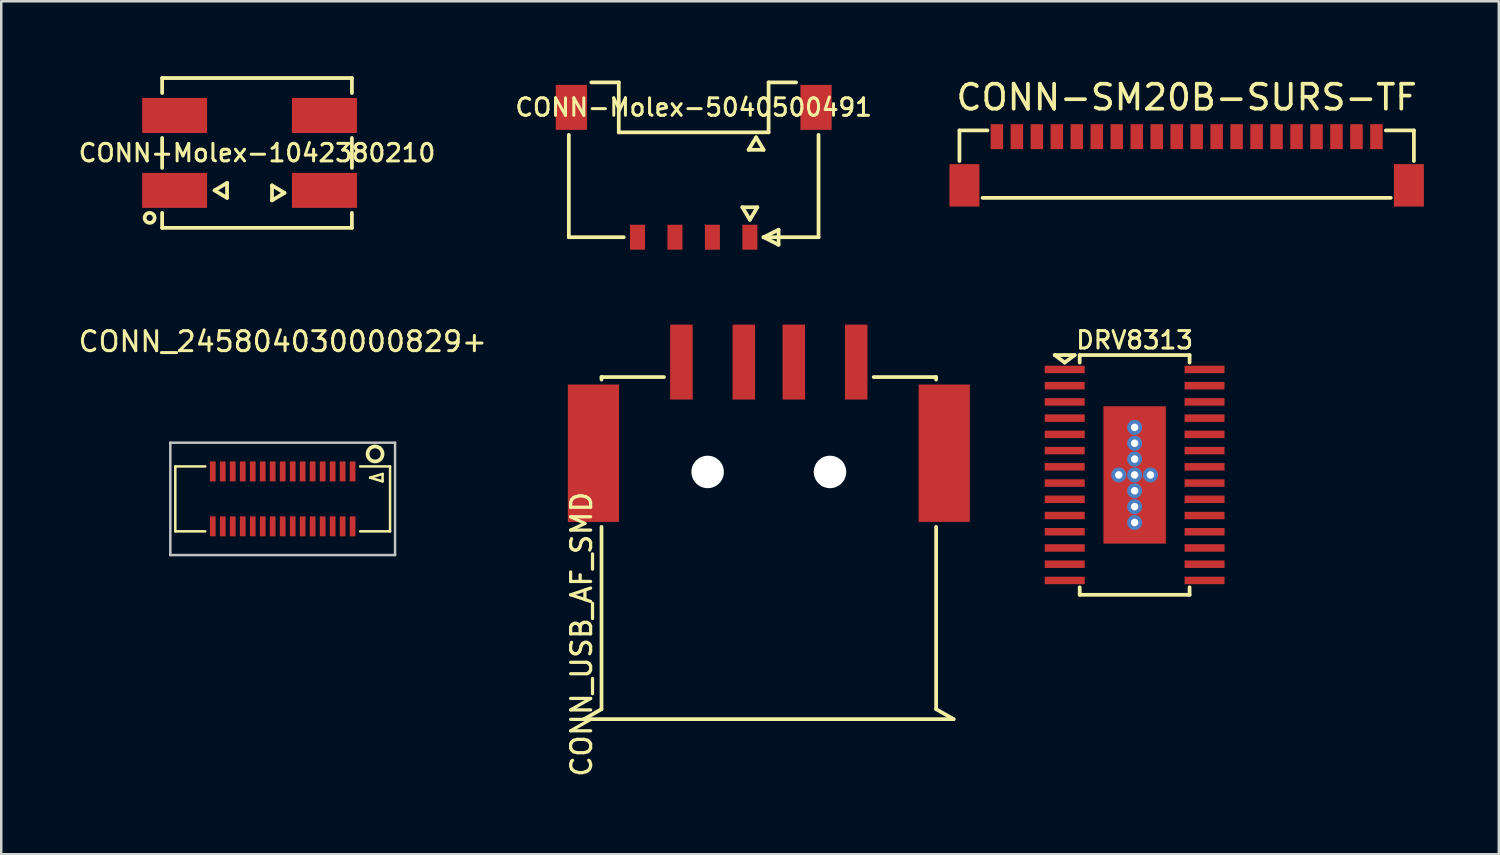
<source format=kicad_pcb>
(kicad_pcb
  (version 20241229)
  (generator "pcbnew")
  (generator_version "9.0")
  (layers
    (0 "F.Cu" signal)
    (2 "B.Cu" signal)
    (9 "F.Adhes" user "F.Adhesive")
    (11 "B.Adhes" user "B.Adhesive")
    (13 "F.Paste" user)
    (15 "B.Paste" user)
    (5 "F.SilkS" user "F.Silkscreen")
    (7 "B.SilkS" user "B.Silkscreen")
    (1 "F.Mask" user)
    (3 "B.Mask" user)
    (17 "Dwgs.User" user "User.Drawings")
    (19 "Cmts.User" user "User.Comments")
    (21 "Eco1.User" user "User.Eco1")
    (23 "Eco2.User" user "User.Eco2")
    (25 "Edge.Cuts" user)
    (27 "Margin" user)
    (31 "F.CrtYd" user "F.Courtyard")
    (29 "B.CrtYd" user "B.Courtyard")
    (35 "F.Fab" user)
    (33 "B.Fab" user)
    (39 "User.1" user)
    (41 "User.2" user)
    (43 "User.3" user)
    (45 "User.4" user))
  (footprint "CONN_245804030000829+"
    (layer "F.Cu")
    (at 8.271 16.929)
    (property "Reference" "CONN_245804030000829+" (at 0 -6.3 0) (layer "F.SilkS") (effects (font (size 0.8 0.8) (thickness 0.12))))
    (attr through_hole)
    (fp_line (start -4.3 -1.3) (end -3.1 -1.3) (stroke (width 0.1) (type solid)) (layer "F.SilkS"))
    (fp_line (start -4.3 1.3) (end -4.3 -1.3) (stroke (width 0.1) (type solid)) (layer "F.SilkS"))
    (fp_line (start -3.1 1.3) (end -4.3 1.3) (stroke (width 0.1) (type solid)) (layer "F.SilkS"))
    (fp_line (start 3.1 -1.3) (end 4.3 -1.3) (stroke (width 0.1) (type solid)) (layer "F.SilkS"))
    (fp_line (start 3.5 -0.85) (end 4 -1) (stroke (width 0.1) (type solid)) (layer "F.SilkS"))
    (fp_line (start 4 -1) (end 4 -0.7) (stroke (width 0.1) (type solid)) (layer "F.SilkS"))
    (fp_line (start 4 -0.7) (end 3.5 -0.85) (stroke (width 0.1) (type solid)) (layer "F.SilkS"))
    (fp_line (start 4.3 -1.3) (end 4.3 1.3) (stroke (width 0.1) (type solid)) (layer "F.SilkS"))
    (fp_line (start 4.3 1.3) (end 3.1 1.3) (stroke (width 0.1) (type solid)) (layer "F.SilkS"))
    (fp_circle (center 3.7 -1.8) (end 3.7 -1.5) (stroke (width 0.15) (type solid)) (fill no) (layer "F.SilkS"))
    (fp_line (start -4.5 -2.25) (end -4.5 2.25) (stroke (width 0.1) (type solid)) (layer "Dwgs.User"))
    (fp_line (start -4.5 2.25) (end 4.5 2.25) (stroke (width 0.1) (type solid)) (layer "Dwgs.User"))
    (fp_line (start 4.5 -2.25) (end -4.5 -2.25) (stroke (width 0.1) (type solid)) (layer "Dwgs.User"))
    (fp_line (start 4.5 2.25) (end 4.5 -2.25) (stroke (width 0.1) (type solid)) (layer "Dwgs.User"))
    (pad "1" smd rect (at 2.8 -1.1) (size 0.23 0.8) (layers "F.Cu" "F.Mask" "F.Paste"))
    (pad "2" smd rect (at 2.4 -1.1) (size 0.23 0.8) (layers "F.Cu" "F.Mask" "F.Paste"))
    (pad "3" smd rect (at 2 -1.1) (size 0.23 0.8) (layers "F.Cu" "F.Mask" "F.Paste"))
    (pad "4" smd rect (at 1.6 -1.1) (size 0.23 0.8) (layers "F.Cu" "F.Mask" "F.Paste"))
    (pad "5" smd rect (at 1.2 -1.1) (size 0.23 0.8) (layers "F.Cu" "F.Mask" "F.Paste"))
    (pad "6" smd rect (at 0.8 -1.1) (size 0.23 0.8) (layers "F.Cu" "F.Mask" "F.Paste"))
    (pad "7" smd rect (at 0.4 -1.1) (size 0.23 0.8) (layers "F.Cu" "F.Mask" "F.Paste"))
    (pad "8" smd rect (at 0 -1.1) (size 0.23 0.8) (layers "F.Cu" "F.Mask" "F.Paste"))
    (pad "9" smd rect (at -0.4 -1.1) (size 0.23 0.8) (layers "F.Cu" "F.Mask" "F.Paste"))
    (pad "10" smd rect (at -0.8 -1.1) (size 0.23 0.8) (layers "F.Cu" "F.Mask" "F.Paste"))
    (pad "11" smd rect (at -1.2 -1.1) (size 0.23 0.8) (layers "F.Cu" "F.Mask" "F.Paste"))
    (pad "12" smd rect (at -1.6 -1.1) (size 0.23 0.8) (layers "F.Cu" "F.Mask" "F.Paste"))
    (pad "13" smd rect (at -2 -1.1) (size 0.23 0.8) (layers "F.Cu" "F.Mask" "F.Paste"))
    (pad "14" smd rect (at -2.4 -1.1) (size 0.23 0.8) (layers "F.Cu" "F.Mask" "F.Paste"))
    (pad "15" smd rect (at -2.8 -1.1) (size 0.23 0.8) (layers "F.Cu" "F.Mask" "F.Paste"))
    (pad "16" smd rect (at -2.8 1.1) (size 0.23 0.8) (layers "F.Cu" "F.Mask" "F.Paste"))
    (pad "17" smd rect (at -2.4 1.1) (size 0.23 0.8) (layers "F.Cu" "F.Mask" "F.Paste"))
    (pad "18" smd rect (at -2 1.1) (size 0.23 0.8) (layers "F.Cu" "F.Mask" "F.Paste"))
    (pad "19" smd rect (at -1.6 1.1) (size 0.23 0.8) (layers "F.Cu" "F.Mask" "F.Paste"))
    (pad "20" smd rect (at -1.2 1.1) (size 0.23 0.8) (layers "F.Cu" "F.Mask" "F.Paste"))
    (pad "21" smd rect (at -0.8 1.1) (size 0.23 0.8) (layers "F.Cu" "F.Mask" "F.Paste"))
    (pad "22" smd rect (at -0.4 1.1) (size 0.23 0.8) (layers "F.Cu" "F.Mask" "F.Paste"))
    (pad "23" smd rect (at 0 1.1) (size 0.23 0.8) (layers "F.Cu" "F.Mask" "F.Paste"))
    (pad "24" smd rect (at 0.4 1.1) (size 0.23 0.8) (layers "F.Cu" "F.Mask" "F.Paste"))
    (pad "25" smd rect (at 0.8 1.1) (size 0.23 0.8) (layers "F.Cu" "F.Mask" "F.Paste"))
    (pad "26" smd rect (at 1.2 1.1) (size 0.23 0.8) (layers "F.Cu" "F.Mask" "F.Paste"))
    (pad "27" smd rect (at 1.6 1.1) (size 0.23 0.8) (layers "F.Cu" "F.Mask" "F.Paste"))
    (pad "28" smd rect (at 2 1.1) (size 0.23 0.8) (layers "F.Cu" "F.Mask" "F.Paste"))
    (pad "29" smd rect (at 2.4 1.1) (size 0.23 0.8) (layers "F.Cu" "F.Mask" "F.Paste"))
    (pad "30" smd rect (at 2.8 1.1) (size 0.23 0.8) (layers "F.Cu" "F.Mask" "F.Paste")))
  (footprint "DRV8313"
    (layer "F.Cu")
    (at 42.389 15.97)
    (property "Reference" "DRV8313" (at 0 -5.4 180) (layer "F.SilkS") (effects (font (size 0.7 0.7) (thickness 0.12))))
    (attr through_hole)
    (fp_line (start -3.2 -4.8) (end -2.8 -4.8) (stroke (width 0.15) (type solid)) (layer "F.SilkS"))
    (fp_line (start -2.8 -4.8) (end -2.4 -4.8) (stroke (width 0.15) (type solid)) (layer "F.SilkS"))
    (fp_line (start -2.8 -4.5) (end -3.2 -4.8) (stroke (width 0.15) (type solid)) (layer "F.SilkS"))
    (fp_line (start -2.4 -4.8) (end -2.8 -4.5) (stroke (width 0.15) (type solid)) (layer "F.SilkS"))
    (fp_line (start -2.2 -4.8) (end -2.2 -4.5) (stroke (width 0.15) (type solid)) (layer "F.SilkS"))
    (fp_line (start -2.2 -4.8) (end 2.2 -4.8) (stroke (width 0.15) (type solid)) (layer "F.SilkS"))
    (fp_line (start -2.2 4.8) (end -2.2 4.5) (stroke (width 0.15) (type solid)) (layer "F.SilkS"))
    (fp_line (start 2.2 -4.8) (end 2.2 -4.5) (stroke (width 0.15) (type solid)) (layer "F.SilkS"))
    (fp_line (start 2.2 4.5) (end 2.2 4.8) (stroke (width 0.15) (type solid)) (layer "F.SilkS"))
    (fp_line (start 2.2 4.8) (end -2.2 4.8) (stroke (width 0.15) (type solid)) (layer "F.SilkS"))
    (pad "1" smd rect (at -2.8 -4.225) (size 1.6 0.3) (layers "F.Cu" "F.Mask" "F.Paste"))
    (pad "2" smd rect (at -2.8 -3.575) (size 1.6 0.3) (layers "F.Cu" "F.Mask" "F.Paste"))
    (pad "3" smd rect (at -2.8 -2.925) (size 1.6 0.3) (layers "F.Cu" "F.Mask" "F.Paste"))
    (pad "4" smd rect (at -2.8 -2.275) (size 1.6 0.3) (layers "F.Cu" "F.Mask" "F.Paste"))
    (pad "5" smd rect (at -2.8 -1.625) (size 1.6 0.3) (layers "F.Cu" "F.Mask" "F.Paste"))
    (pad "6" smd rect (at -2.8 -0.975) (size 1.6 0.3) (layers "F.Cu" "F.Mask" "F.Paste"))
    (pad "7" smd rect (at -2.8 -0.325) (size 1.6 0.3) (layers "F.Cu" "F.Mask" "F.Paste"))
    (pad "8" smd rect (at -2.8 0.325) (size 1.6 0.3) (layers "F.Cu" "F.Mask" "F.Paste"))
    (pad "9" smd rect (at -2.8 0.975) (size 1.6 0.3) (layers "F.Cu" "F.Mask" "F.Paste"))
    (pad "10" smd rect (at -2.8 1.625) (size 1.6 0.3) (layers "F.Cu" "F.Mask" "F.Paste"))
    (pad "11" smd rect (at -2.8 2.275) (size 1.6 0.3) (layers "F.Cu" "F.Mask" "F.Paste"))
    (pad "12" smd rect (at -2.8 2.925) (size 1.6 0.3) (layers "F.Cu" "F.Mask" "F.Paste"))
    (pad "13" smd rect (at -2.8 3.575) (size 1.6 0.3) (layers "F.Cu" "F.Mask" "F.Paste"))
    (pad "14" smd rect (at -2.8 4.225) (size 1.6 0.3) (layers "F.Cu" "F.Mask" "F.Paste"))
    (pad "15" smd rect (at 2.8 4.225) (size 1.6 0.3) (layers "F.Cu" "F.Mask" "F.Paste"))
    (pad "16" smd rect (at 2.8 3.575) (size 1.6 0.3) (layers "F.Cu" "F.Mask" "F.Paste"))
    (pad "17" smd rect (at 2.8 2.925) (size 1.6 0.3) (layers "F.Cu" "F.Mask" "F.Paste"))
    (pad "18" smd rect (at 2.8 2.275) (size 1.6 0.3) (layers "F.Cu" "F.Mask" "F.Paste"))
    (pad "19" smd rect (at 2.8 1.625) (size 1.6 0.3) (layers "F.Cu" "F.Mask" "F.Paste"))
    (pad "20" smd rect (at 2.8 0.975) (size 1.6 0.3) (layers "F.Cu" "F.Mask" "F.Paste"))
    (pad "21" smd rect (at 2.8 0.325) (size 1.6 0.3) (layers "F.Cu" "F.Mask" "F.Paste"))
    (pad "22" smd rect (at 2.8 -0.325) (size 1.6 0.3) (layers "F.Cu" "F.Mask" "F.Paste"))
    (pad "23" smd rect (at 2.8 -0.975) (size 1.6 0.3) (layers "F.Cu" "F.Mask" "F.Paste"))
    (pad "24" smd rect (at 2.8 -1.625) (size 1.6 0.3) (layers "F.Cu" "F.Mask" "F.Paste"))
    (pad "25" smd rect (at 2.8 -2.275) (size 1.6 0.3) (layers "F.Cu" "F.Mask" "F.Paste"))
    (pad "26" smd rect (at 2.8 -2.925) (size 1.6 0.3) (layers "F.Cu" "F.Mask" "F.Paste"))
    (pad "27" smd rect (at 2.8 -3.575) (size 1.6 0.3) (layers "F.Cu" "F.Mask" "F.Paste"))
    (pad "28" smd rect (at 2.8 -4.225) (size 1.6 0.3) (layers "F.Cu" "F.Mask" "F.Paste"))
    (pad "29" thru_hole circle (at -0.635 0) (size 0.6 0.6) (drill 0.3) (layers "*.Cu" "F.Mask"))
    (pad "29" thru_hole circle (at 0 -1.905) (size 0.6 0.6) (drill 0.3) (layers "*.Cu" "F.Mask"))
    (pad "29" thru_hole circle (at 0 -1.27) (size 0.6 0.6) (drill 0.3) (layers "*.Cu" "F.Mask"))
    (pad "29" thru_hole circle (at 0 -0.635) (size 0.6 0.6) (drill 0.3) (layers "*.Cu" "F.Mask"))
    (pad "29" thru_hole circle (at 0 0) (size 0.6 0.6) (drill 0.3) (layers "*.Cu" "F.Mask"))
    (pad "29" smd rect (at 0 0) (size 2.5 5.5) (layers "F.Cu" "F.Mask" "F.Paste"))
    (pad "29" thru_hole circle (at 0 0.635) (size 0.6 0.6) (drill 0.3) (layers "*.Cu" "F.Mask"))
    (pad "29" thru_hole circle (at 0 1.27) (size 0.6 0.6) (drill 0.3) (layers "*.Cu" "F.Mask"))
    (pad "29" thru_hole circle (at 0 1.905) (size 0.6 0.6) (drill 0.3) (layers "*.Cu" "F.Mask"))
    (pad "29" thru_hole circle (at 0.635 0) (size 0.6 0.6) (drill 0.3) (layers "*.Cu" "F.Mask")))
  (footprint "CONN-SM20B-SURS-TF"
    (layer "F.Cu")
    (at 44.473 2.423)
    (property "Reference" "CONN-SM20B-SURS-TF" (at 0 -1.575 0) (layer "F.SilkS") (effects (font (size 1 1) (thickness 0.15))))
    (attr smd)
    (fp_line (start -9.1 0.975) (end -9.1 -0.25) (stroke (width 0.15) (type solid)) (layer "F.SilkS"))
    (fp_line (start -8.175 2.45) (end 8.175 2.45) (stroke (width 0.15) (type solid)) (layer "F.SilkS"))
    (fp_line (start -7.975 -0.25) (end -9.1 -0.25) (stroke (width 0.15) (type solid)) (layer "F.SilkS"))
    (fp_line (start 9.1 -0.25) (end 7.975 -0.25) (stroke (width 0.15) (type solid)) (layer "F.SilkS"))
    (fp_line (start 9.1 0.975) (end 9.1 -0.25) (stroke (width 0.15) (type solid)) (layer "F.SilkS"))
    (pad "1" smd rect (at -7.6 0) (size 0.5 1) (layers "F.Cu" "F.Mask" "F.Paste"))
    (pad "2" smd rect (at -6.8 0) (size 0.5 1) (layers "F.Cu" "F.Mask" "F.Paste"))
    (pad "3" smd rect (at -6 0) (size 0.5 1) (layers "F.Cu" "F.Mask" "F.Paste"))
    (pad "4" smd rect (at -5.2 0) (size 0.5 1) (layers "F.Cu" "F.Mask" "F.Paste"))
    (pad "5" smd rect (at -4.4 0) (size 0.5 1) (layers "F.Cu" "F.Mask" "F.Paste"))
    (pad "6" smd rect (at -3.6 0) (size 0.5 1) (layers "F.Cu" "F.Mask" "F.Paste"))
    (pad "7" smd rect (at -2.8 0) (size 0.5 1) (layers "F.Cu" "F.Mask" "F.Paste"))
    (pad "8" smd rect (at -2 0) (size 0.5 1) (layers "F.Cu" "F.Mask" "F.Paste"))
    (pad "9" smd rect (at -1.2 0) (size 0.5 1) (layers "F.Cu" "F.Mask" "F.Paste"))
    (pad "10" smd rect (at -0.4 0) (size 0.5 1) (layers "F.Cu" "F.Mask" "F.Paste"))
    (pad "11" smd rect (at 0.4 0) (size 0.5 1) (layers "F.Cu" "F.Mask" "F.Paste"))
    (pad "12" smd rect (at 1.2 0) (size 0.5 1) (layers "F.Cu" "F.Mask" "F.Paste"))
    (pad "13" smd rect (at 2 0) (size 0.5 1) (layers "F.Cu" "F.Mask" "F.Paste"))
    (pad "14" smd rect (at 2.8 0) (size 0.5 1) (layers "F.Cu" "F.Mask" "F.Paste"))
    (pad "15" smd rect (at 3.6 0) (size 0.5 1) (layers "F.Cu" "F.Mask" "F.Paste"))
    (pad "16" smd rect (at 4.4 0) (size 0.5 1) (layers "F.Cu" "F.Mask" "F.Paste"))
    (pad "17" smd rect (at 5.2 0) (size 0.5 1) (layers "F.Cu" "F.Mask" "F.Paste"))
    (pad "18" smd rect (at 6 0) (size 0.5 1) (layers "F.Cu" "F.Mask" "F.Paste"))
    (pad "19" smd rect (at 6.8 0) (size 0.5 1) (layers "F.Cu" "F.Mask" "F.Paste"))
    (pad "20" smd rect (at 7.6 0) (size 0.5 1) (layers "F.Cu" "F.Mask" "F.Paste"))
    (pad "SH" smd rect (at -8.9 1.95) (size 1.2 1.7) (layers "F.Cu" "F.Mask" "F.Paste"))
    (pad "SH" smd rect (at 8.9 1.95) (size 1.2 1.7) (layers "F.Cu" "F.Mask" "F.Paste")))
  (footprint "CONN-Molex-1042380210"
    (layer "F.Cu")
    (at 7.243 3.075)
    (property "Reference" "CONN-Molex-1042380210" (at 0 0 0) (layer "F.SilkS") (effects (font (size 0.7 0.7) (thickness 0.12))))
    (attr through_hole)
    (fp_line (start -3.8 -3) (end -3.8 -2.4) (stroke (width 0.15) (type solid)) (layer "F.SilkS"))
    (fp_line (start -3.8 -0.6) (end -3.8 0.6) (stroke (width 0.15) (type solid)) (layer "F.SilkS"))
    (fp_line (start -3.8 3) (end -3.8 2.4) (stroke (width 0.15) (type solid)) (layer "F.SilkS"))
    (fp_line (start -1.7 1.5) (end -1.2 1.2) (stroke (width 0.15) (type solid)) (layer "F.SilkS"))
    (fp_line (start -1.2 1.2) (end -1.2 1.8) (stroke (width 0.15) (type solid)) (layer "F.SilkS"))
    (fp_line (start -1.2 1.8) (end -1.7 1.5) (stroke (width 0.15) (type solid)) (layer "F.SilkS"))
    (fp_line (start 0.6 1.3) (end 1.1 1.6) (stroke (width 0.15) (type solid)) (layer "F.SilkS"))
    (fp_line (start 0.6 1.9) (end 0.6 1.3) (stroke (width 0.15) (type solid)) (layer "F.SilkS"))
    (fp_line (start 1.1 1.6) (end 0.6 1.9) (stroke (width 0.15) (type solid)) (layer "F.SilkS"))
    (fp_line (start 3.8 -3) (end -3.8 -3) (stroke (width 0.15) (type solid)) (layer "F.SilkS"))
    (fp_line (start 3.8 -3) (end 3.8 -2.4) (stroke (width 0.15) (type solid)) (layer "F.SilkS"))
    (fp_line (start 3.8 -0.6) (end 3.8 0.6) (stroke (width 0.15) (type solid)) (layer "F.SilkS"))
    (fp_line (start 3.8 3) (end -3.8 3) (stroke (width 0.15) (type solid)) (layer "F.SilkS"))
    (fp_line (start 3.8 3) (end 3.8 2.4) (stroke (width 0.15) (type solid)) (layer "F.SilkS"))
    (fp_circle (center -4.3 2.6) (end -4.1 2.6) (stroke (width 0.15) (type solid)) (fill no) (layer "F.SilkS"))
    (pad "1" smd rect (at -3.3 1.5) (size 2.6 1.4) (layers "F.Cu" "F.Mask" "F.Paste"))
    (pad "1" smd rect (at 2.7 1.5) (size 2.6 1.4) (layers "F.Cu" "F.Mask" "F.Paste"))
    (pad "2" smd rect (at -3.3 -1.5) (size 2.6 1.4) (layers "F.Cu" "F.Mask" "F.Paste"))
    (pad "2" smd rect (at 2.7 -1.5) (size 2.6 1.4) (layers "F.Cu" "F.Mask" "F.Paste")))
  (footprint "CONN_USB_AF_SMD"
    (layer "F.Cu")
    (at 27.739 15.85)
    (property "Reference" "CONN_USB_AF_SMD" (at -7.5 6.5 90) (layer "F.SilkS") (effects (font (size 0.8 0.8) (thickness 0.13))))
    (attr through_hole)
    (fp_line (start -7.4 9.9) (end 7.4 9.9) (stroke (width 0.15) (type solid)) (layer "F.SilkS"))
    (fp_line (start -6.7 -3.8) (end -4.2 -3.8) (stroke (width 0.15) (type solid)) (layer "F.SilkS"))
    (fp_line (start -6.7 -3.7) (end -6.7 -3.8) (stroke (width 0.15) (type solid)) (layer "F.SilkS"))
    (fp_line (start -6.7 9.5) (end -7.4 9.9) (stroke (width 0.15) (type solid)) (layer "F.SilkS"))
    (fp_line (start -6.7 9.5) (end -6.7 2.2) (stroke (width 0.15) (type solid)) (layer "F.SilkS"))
    (fp_line (start 4.2 -3.8) (end 6.7 -3.8) (stroke (width 0.15) (type solid)) (layer "F.SilkS"))
    (fp_line (start 6.7 -3.8) (end 6.7 -3.7) (stroke (width 0.15) (type solid)) (layer "F.SilkS"))
    (fp_line (start 6.7 2.2) (end 6.7 9.5) (stroke (width 0.15) (type solid)) (layer "F.SilkS"))
    (fp_line (start 6.7 9.5) (end 7.4 9.9) (stroke (width 0.15) (type solid)) (layer "F.SilkS"))
    (pad "" np_thru_hole circle (at -2.45 0) (size 1.3 1.3) (drill 1.3) (layers "*.Cu" "*.Mask"))
    (pad "" np_thru_hole circle (at 2.45 0) (size 1.3 1.3) (drill 1.3) (layers "*.Cu" "*.Mask"))
    (pad "1" smd rect (at -3.5 -4.4) (size 0.9 3) (layers "F.Cu" "F.Mask" "F.Paste"))
    (pad "2" smd rect (at -1 -4.4) (size 0.9 3) (layers "F.Cu" "F.Mask" "F.Paste"))
    (pad "3" smd rect (at 1 -4.4) (size 0.9 3) (layers "F.Cu" "F.Mask" "F.Paste"))
    (pad "4" smd rect (at 3.5 -4.4) (size 0.9 3) (layers "F.Cu" "F.Mask" "F.Paste"))
    (pad "5" smd rect (at -7.025 -0.75) (size 2.05 5.5) (layers "F.Cu" "F.Mask" "F.Paste"))
    (pad "5" smd rect (at 7.025 -0.75) (size 2.05 5.5) (layers "F.Cu" "F.Mask" "F.Paste")))
  (footprint "CONN-Molex-5040500491"
    (layer "F.Cu")
    (at 24.73 0.25)
    (property "Reference" "CONN-Molex-5040500491" (at 0 1 180) (layer "F.SilkS") (effects (font (size 0.7 0.7) (thickness 0.12))))
    (attr through_hole)
    (fp_line (start -5 2.1) (end -5 6.2) (stroke (width 0.15) (type solid)) (layer "F.SilkS"))
    (fp_line (start -5 6.2) (end -2.8 6.2) (stroke (width 0.15) (type solid)) (layer "F.SilkS"))
    (fp_line (start -3 0) (end -4.1 0) (stroke (width 0.15) (type solid)) (layer "F.SilkS"))
    (fp_line (start -3 2) (end -3 0) (stroke (width 0.15) (type solid)) (layer "F.SilkS"))
    (fp_line (start -3 2) (end 3 2) (stroke (width 0.15) (type solid)) (layer "F.SilkS"))
    (fp_line (start 1.95 5) (end 2.25 5.5) (stroke (width 0.15) (type solid)) (layer "F.SilkS"))
    (fp_line (start 2.2 2.7) (end 2.8 2.7) (stroke (width 0.15) (type solid)) (layer "F.SilkS"))
    (fp_line (start 2.25 5.5) (end 2.55 5) (stroke (width 0.15) (type solid)) (layer "F.SilkS"))
    (fp_line (start 2.5 2.2) (end 2.2 2.7) (stroke (width 0.15) (type solid)) (layer "F.SilkS"))
    (fp_line (start 2.55 5) (end 1.95 5) (stroke (width 0.15) (type solid)) (layer "F.SilkS"))
    (fp_line (start 2.8 2.7) (end 2.5 2.2) (stroke (width 0.15) (type solid)) (layer "F.SilkS"))
    (fp_line (start 2.8 6.2) (end 3.4 6.5) (stroke (width 0.15) (type solid)) (layer "F.SilkS"))
    (fp_line (start 3 2) (end 3 0) (stroke (width 0.15) (type solid)) (layer "F.SilkS"))
    (fp_line (start 3.4 5.9) (end 2.8 6.2) (stroke (width 0.15) (type solid)) (layer "F.SilkS"))
    (fp_line (start 3.4 6.5) (end 3.4 5.9) (stroke (width 0.15) (type solid)) (layer "F.SilkS"))
    (fp_line (start 4.1 0) (end 3 0) (stroke (width 0.15) (type solid)) (layer "F.SilkS"))
    (fp_line (start 5 2.1) (end 5 6.2) (stroke (width 0.15) (type solid)) (layer "F.SilkS"))
    (fp_line (start 5 6.2) (end 2.8 6.2) (stroke (width 0.15) (type solid)) (layer "F.SilkS"))
    (pad "1" smd rect (at 2.25 6.2) (size 0.6 1) (layers "F.Cu" "F.Mask" "F.Paste"))
    (pad "2" smd rect (at 0.75 6.2) (size 0.6 1) (layers "F.Cu" "F.Mask" "F.Paste"))
    (pad "3" smd rect (at -0.75 6.2) (size 0.6 1) (layers "F.Cu" "F.Mask" "F.Paste"))
    (pad "4" smd rect (at -2.25 6.2) (size 0.6 1) (layers "F.Cu" "F.Mask" "F.Paste"))
    (pad "5" smd rect (at -4.9 1) (size 1.25 1.8) (layers "F.Cu" "F.Mask" "F.Paste"))
    (pad "5" smd rect (at 4.9 1) (size 1.25 1.8) (layers "F.Cu" "F.Mask" "F.Paste")))
  (gr_rect
    (start -3 -3)
    (end 56.973 31.16)
    (stroke (width 0.1) (type default))
    (fill no)
    (layer "Edge.Cuts")))
</source>
